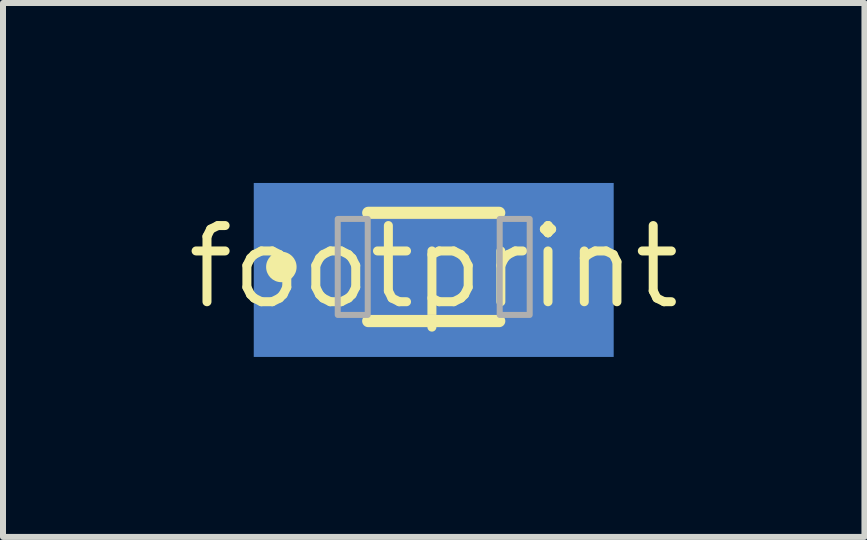
<source format=kicad_pcb>
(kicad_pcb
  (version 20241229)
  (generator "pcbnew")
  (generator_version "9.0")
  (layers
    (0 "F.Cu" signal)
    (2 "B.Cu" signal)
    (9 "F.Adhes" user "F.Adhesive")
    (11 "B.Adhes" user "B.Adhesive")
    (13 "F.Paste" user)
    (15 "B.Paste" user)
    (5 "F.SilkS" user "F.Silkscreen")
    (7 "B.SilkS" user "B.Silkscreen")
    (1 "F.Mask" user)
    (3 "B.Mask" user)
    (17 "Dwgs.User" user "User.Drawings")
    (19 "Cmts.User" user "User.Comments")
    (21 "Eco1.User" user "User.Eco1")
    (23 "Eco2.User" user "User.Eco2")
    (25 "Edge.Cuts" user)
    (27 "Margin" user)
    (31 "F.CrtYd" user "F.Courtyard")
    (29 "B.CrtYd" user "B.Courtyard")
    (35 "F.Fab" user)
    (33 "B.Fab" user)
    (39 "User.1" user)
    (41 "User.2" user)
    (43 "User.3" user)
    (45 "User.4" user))
  (footprint "footprint"
    (layer "F.Cu")
    (at 4.18 1.4)
    (property "Reference" "footprint" (at 0 0 0) (layer "F.SilkS") (effects (font (size 1.27 1.27) (thickness 0.15))))
    (fp_poly (pts (xy -3 1.5) (xy 3 1.5) (xy 3 -1.4) (xy -3 -1.4)) (stroke (width 0) (type solid)) (fill yes) (layer "B.Cu"))
    (fp_line (start -1.092 0.902) (end 1.092 0.902) (stroke (width 0.203) (type solid)) (layer "F.SilkS"))
    (fp_line (start 1.092 -0.902) (end -1.092 -0.902) (stroke (width 0.203) (type solid)) (layer "F.SilkS"))
    (fp_circle (center -2.54 0) (end -2.413 0) (stroke (width 0.254) (type solid)) (fill yes) (layer "F.SilkS"))
    (fp_poly (pts (xy -3 1.5) (xy 3 1.5) (xy 3 -1.4) (xy -3 -1.4)) (stroke (width 0) (type solid)) (fill yes) (layer "In2.Cu"))
    (fp_line (start -1.6 -0.8) (end -1.6 0.8) (stroke (width 0.003) (type solid)) (layer "F.Fab"))
    (fp_line (start -1.6 0.8) (end 1.6 0.8) (stroke (width 0.003) (type solid)) (layer "F.Fab"))
    (fp_line (start 1.6 -0.8) (end -1.6 -0.8) (stroke (width 0.003) (type solid)) (layer "F.Fab"))
    (fp_line (start 1.6 0.8) (end 1.6 -0.8) (stroke (width 0.003) (type solid)) (layer "F.Fab"))
    (fp_poly (pts (xy -1.6 0.8) (xy -1.1 0.8) (xy -1.1 -0.8) (xy -1.6 -0.8)) (stroke (width 0.1) (type solid)) (fill no) (layer "F.Fab"))
    (fp_poly (pts (xy 1.1 0.8) (xy 1.6 0.8) (xy 1.6 -0.8) (xy 1.1 -0.8)) (stroke (width 0.1) (type solid)) (fill no) (layer "F.Fab"))
    (pad "FEED" smd rect (at -1.7 0) (size 0.8 1.6) (layers "F.Cu" "F.Mask" "F.Paste"))
    (pad "NC" smd rect (at 1.7 0) (size 0.8 1.6) (layers "F.Cu" "F.Mask" "F.Paste"))
    (zone (net_name "") (layer "F.Cu") (hatch edge 0.508) (connect_pads) (min_thickness 0.254) (filled_areas_thickness no) (keepout (tracks not_allowed) (vias not_allowed) (pads not_allowed) (copperpour not_allowed) (footprints allowed)) (placement (enabled no)) (fill) (polygon (pts (xy 1.18 2.9) (xy 7.18 2.9) (xy 7.18 0) (xy 1.18 0))))
    (zone (net_name "") (layer "B.Cu") (hatch edge 0.508) (connect_pads) (min_thickness 0.254) (filled_areas_thickness no) (keepout (tracks not_allowed) (vias not_allowed) (pads not_allowed) (copperpour not_allowed) (footprints allowed)) (placement (enabled no)) (fill) (polygon (pts (xy 1.18 2.9) (xy 7.18 2.9) (xy 7.18 0) (xy 1.18 0)))))
  (gr_rect
    (start -3 -3)
    (end 11.36 5.9)
    (stroke (width 0.1) (type default))
    (fill no)
    (layer "Edge.Cuts")))
</source>
